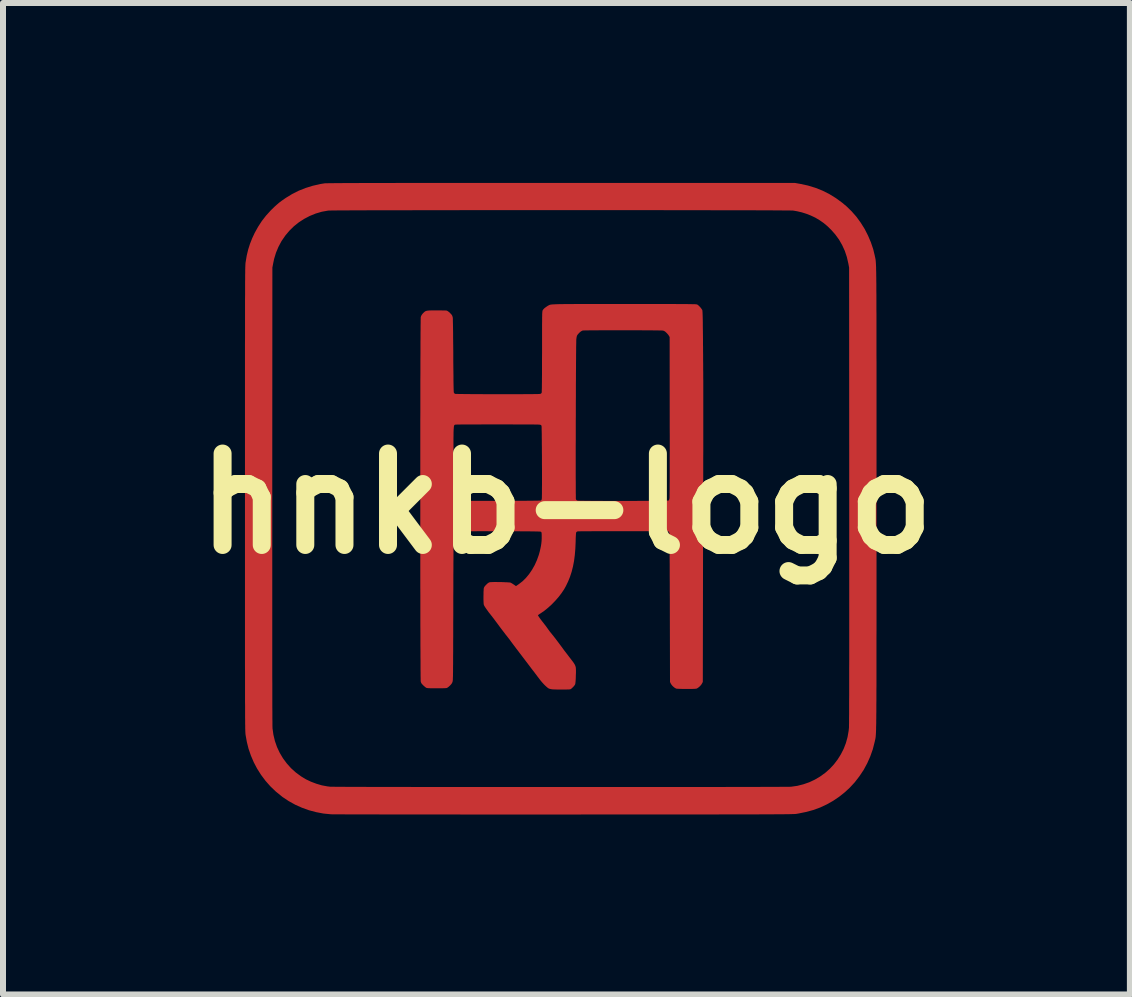
<source format=kicad_pcb>
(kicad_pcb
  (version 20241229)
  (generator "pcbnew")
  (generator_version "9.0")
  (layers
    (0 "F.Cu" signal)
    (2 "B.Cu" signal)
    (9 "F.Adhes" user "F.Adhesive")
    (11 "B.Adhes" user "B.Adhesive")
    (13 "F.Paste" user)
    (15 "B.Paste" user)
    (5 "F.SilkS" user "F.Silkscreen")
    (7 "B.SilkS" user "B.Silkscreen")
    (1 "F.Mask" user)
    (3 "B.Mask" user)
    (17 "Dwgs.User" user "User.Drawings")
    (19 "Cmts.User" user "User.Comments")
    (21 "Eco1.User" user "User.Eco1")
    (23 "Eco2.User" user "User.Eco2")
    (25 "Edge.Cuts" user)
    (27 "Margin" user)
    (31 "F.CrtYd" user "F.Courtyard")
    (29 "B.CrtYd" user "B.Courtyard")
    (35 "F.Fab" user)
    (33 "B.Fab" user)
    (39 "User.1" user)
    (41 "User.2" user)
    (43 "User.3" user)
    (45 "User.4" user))
  (footprint "hnkb-logo"
    (layer "F.Cu")
    (at 6.394 5.346)
    (property "Reference" "hnkb-logo" (at 0 0 0) (layer "F.SilkS") (effects (font (size 1.524 1.524) (thickness 0.3))))
    (attr board_only exclude_from_pos_files exclude_from_bom)
    (fp_poly (pts (xy 3.895 -5.331) (xy 4.025 -5.303) (xy 4.149 -5.265) (xy 4.268 -5.218) (xy 4.383 -5.16) (xy 4.492 -5.093) (xy 4.597 -5.016) (xy 4.669 -4.956) (xy 4.754 -4.873) (xy 4.834 -4.782) (xy 4.906 -4.683) (xy 4.971 -4.579) (xy 5.027 -4.469) (xy 5.075 -4.356) (xy 5.114 -4.241) (xy 5.141 -4.129) (xy 5.142 -4.121) (xy 5.144 -4.113) (xy 5.146 -4.106) (xy 5.147 -4.099) (xy 5.149 -4.092) (xy 5.15 -4.085) (xy 5.151 -4.078) (xy 5.153 -4.07) (xy 5.154 -4.061) (xy 5.155 -4.052) (xy 5.156 -4.04) (xy 5.157 -4.028) (xy 5.158 -4.013) (xy 5.159 -3.996) (xy 5.16 -3.977) (xy 5.161 -3.956) (xy 5.162 -3.932) (xy 5.162 -3.904) (xy 5.163 -3.873) (xy 5.164 -3.839) (xy 5.164 -3.801) (xy 5.165 -3.759) (xy 5.165 -3.713) (xy 5.166 -3.662) (xy 5.166 -3.607) (xy 5.166 -3.546) (xy 5.167 -3.48) (xy 5.167 -3.409) (xy 5.167 -3.332) (xy 5.167 -3.25) (xy 5.168 -3.16) (xy 5.168 -3.065) (xy 5.168 -2.963) (xy 5.168 -2.854) (xy 5.168 -2.737) (xy 5.168 -2.614) (xy 5.168 -2.482) (xy 5.169 -2.343) (xy 5.169 -2.196) (xy 5.169 -2.04) (xy 5.169 -1.876) (xy 5.169 -1.702) (xy 5.169 -1.52) (xy 5.169 -1.328) (xy 5.169 -1.127) (xy 5.169 -0.916) (xy 5.169 -0.695) (xy 5.169 -0.463) (xy 5.169 -0.221) (xy 5.169 -0.086) (xy 5.169 0.163) (xy 5.169 0.4) (xy 5.169 0.627) (xy 5.169 0.844) (xy 5.169 1.051) (xy 5.169 1.249) (xy 5.169 1.436) (xy 5.169 1.615) (xy 5.169 1.784) (xy 5.169 1.945) (xy 5.169 2.097) (xy 5.168 2.241) (xy 5.168 2.377) (xy 5.168 2.505) (xy 5.168 2.626) (xy 5.168 2.739) (xy 5.168 2.845) (xy 5.168 2.945) (xy 5.168 3.038) (xy 5.167 3.124) (xy 5.167 3.205) (xy 5.167 3.279) (xy 5.166 3.348) (xy 5.166 3.412) (xy 5.166 3.47) (xy 5.165 3.524) (xy 5.165 3.573) (xy 5.164 3.617) (xy 5.164 3.657) (xy 5.163 3.694) (xy 5.162 3.727) (xy 5.162 3.756) (xy 5.161 3.782) (xy 5.16 3.805) (xy 5.159 3.826) (xy 5.158 3.844) (xy 5.157 3.86) (xy 5.156 3.874) (xy 5.155 3.886) (xy 5.154 3.896) (xy 5.152 3.906) (xy 5.151 3.914) (xy 5.15 3.922) (xy 5.148 3.929) (xy 5.147 3.936) (xy 5.145 3.942) (xy 5.143 3.949) (xy 5.142 3.957) (xy 5.14 3.965) (xy 5.138 3.973) (xy 5.107 4.095) (xy 5.065 4.214) (xy 5.014 4.329) (xy 4.954 4.44) (xy 4.884 4.545) (xy 4.807 4.645) (xy 4.722 4.737) (xy 4.643 4.81) (xy 4.545 4.888) (xy 4.444 4.956) (xy 4.339 5.015) (xy 4.23 5.066) (xy 4.115 5.108) (xy 3.993 5.141) (xy 3.865 5.167) (xy 3.834 5.172) (xy 3.83 5.173) (xy 3.825 5.173) (xy 3.818 5.174) (xy 3.811 5.175) (xy 3.802 5.175) (xy 3.792 5.176) (xy 3.779 5.176) (xy 3.765 5.176) (xy 3.748 5.177) (xy 3.728 5.177) (xy 3.705 5.178) (xy 3.68 5.178) (xy 3.651 5.178) (xy 3.618 5.179) (xy 3.581 5.179) (xy 3.54 5.179) (xy 3.495 5.179) (xy 3.445 5.18) (xy 3.391 5.18) (xy 3.331 5.18) (xy 3.266 5.18) (xy 3.196 5.181) (xy 3.119 5.181) (xy 3.037 5.181) (xy 2.948 5.181) (xy 2.853 5.181) (xy 2.751 5.181) (xy 2.642 5.181) (xy 2.525 5.182) (xy 2.401 5.182) (xy 2.27 5.182) (xy 2.13 5.182) (xy 1.982 5.182) (xy 1.826 5.182) (xy 1.661 5.182) (xy 1.487 5.182) (xy 1.304 5.182) (xy 1.111 5.182) (xy 0.909 5.182) (xy 0.696 5.182) (xy 0.474 5.182) (xy 0.241 5.183) (xy -0.002 5.183) (xy -0.044 5.183) (xy -0.248 5.183) (xy -0.45 5.183) (xy -0.649 5.183) (xy -0.845 5.183) (xy -1.038 5.183) (xy -1.227 5.183) (xy -1.412 5.183) (xy -1.592 5.183) (xy -1.769 5.183) (xy -1.94 5.182) (xy -2.107 5.182) (xy -2.268 5.182) (xy -2.423 5.182) (xy -2.572 5.182) (xy -2.716 5.182) (xy -2.852 5.182) (xy -2.982 5.182) (xy -3.105 5.182) (xy -3.221 5.181) (xy -3.329 5.181) (xy -3.429 5.181) (xy -3.52 5.181) (xy -3.604 5.181) (xy -3.678 5.181) (xy -3.744 5.18) (xy -3.8 5.18) (xy -3.846 5.18) (xy -3.883 5.18) (xy -3.909 5.18) (xy -3.925 5.179) (xy -3.93 5.179) (xy -4.052 5.167) (xy -4.173 5.144) (xy -4.293 5.112) (xy -4.41 5.07) (xy -4.522 5.02) (xy -4.63 4.96) (xy -4.731 4.893) (xy -4.745 4.882) (xy -4.845 4.801) (xy -4.936 4.714) (xy -5.018 4.621) (xy -5.092 4.522) (xy -5.159 4.416) (xy -5.213 4.313) (xy -5.261 4.201) (xy -5.3 4.088) (xy -5.329 3.972) (xy -5.349 3.86) (xy -5.35 3.855) (xy -5.35 3.85) (xy -5.351 3.844) (xy -5.352 3.838) (xy -5.352 3.832) (xy -5.353 3.824) (xy -5.353 3.815) (xy -5.354 3.804) (xy -5.354 3.792) (xy -5.355 3.778) (xy -5.355 3.762) (xy -5.356 3.743) (xy -5.356 3.722) (xy -5.356 3.697) (xy -5.357 3.67) (xy -5.357 3.639) (xy -5.357 3.604) (xy -5.358 3.566) (xy -5.358 3.523) (xy -5.358 3.476) (xy -5.358 3.424) (xy -5.358 3.368) (xy -5.359 3.306) (xy -5.359 3.239) (xy -5.359 3.166) (xy -5.359 3.088) (xy -5.359 3.003) (xy -5.359 2.912) (xy -5.359 2.815) (xy -5.36 2.711) (xy -5.36 2.599) (xy -5.36 2.481) (xy -5.36 2.355) (xy -5.36 2.221) (xy -5.36 2.079) (xy -5.36 1.929) (xy -5.36 1.77) (xy -5.36 1.602) (xy -5.36 1.426) (xy -5.36 1.352) (xy -4.905 1.352) (xy -4.905 1.562) (xy -4.905 1.761) (xy -4.905 1.951) (xy -4.905 2.13) (xy -4.905 2.299) (xy -4.905 2.459) (xy -4.905 2.608) (xy -4.905 2.748) (xy -4.905 2.879) (xy -4.904 2.999) (xy -4.904 3.111) (xy -4.904 3.213) (xy -4.904 3.305) (xy -4.904 3.389) (xy -4.903 3.463) (xy -4.903 3.529) (xy -4.903 3.586) (xy -4.902 3.634) (xy -4.902 3.673) (xy -4.902 3.704) (xy -4.901 3.726) (xy -4.901 3.74) (xy -4.901 3.744) (xy -4.886 3.852) (xy -4.861 3.957) (xy -4.826 4.058) (xy -4.781 4.154) (xy -4.727 4.245) (xy -4.664 4.33) (xy -4.593 4.41) (xy -4.513 4.482) (xy -4.425 4.547) (xy -4.346 4.595) (xy -4.26 4.636) (xy -4.17 4.67) (xy -4.078 4.697) (xy -3.987 4.714) (xy -3.945 4.719) (xy -3.936 4.72) (xy -3.917 4.72) (xy -3.887 4.72) (xy -3.847 4.721) (xy -3.798 4.721) (xy -3.74 4.721) (xy -3.673 4.722) (xy -3.597 4.722) (xy -3.513 4.722) (xy -3.421 4.722) (xy -3.321 4.723) (xy -3.215 4.723) (xy -3.101 4.723) (xy -2.982 4.723) (xy -2.855 4.723) (xy -2.724 4.723) (xy -2.586 4.724) (xy -2.444 4.724) (xy -2.297 4.724) (xy -2.145 4.724) (xy -1.989 4.724) (xy -1.829 4.724) (xy -1.666 4.724) (xy -1.5 4.725) (xy -1.332 4.725) (xy -1.16 4.725) (xy -0.987 4.725) (xy -0.812 4.725) (xy -0.636 4.725) (xy -0.458 4.725) (xy -0.28 4.725) (xy -0.102 4.725) (xy 0.076 4.725) (xy 0.255 4.725) (xy 0.432 4.725) (xy 0.608 4.725) (xy 0.783 4.725) (xy 0.957 4.725) (xy 1.128 4.725) (xy 1.297 4.725) (xy 1.463 4.725) (xy 1.626 4.725) (xy 1.785 4.724) (xy 1.941 4.724) (xy 2.093 4.724) (xy 2.24 4.724) (xy 2.383 4.724) (xy 2.52 4.724) (xy 2.652 4.724) (xy 2.779 4.723) (xy 2.899 4.723) (xy 3.012 4.723) (xy 3.119 4.723) (xy 3.218 4.723) (xy 3.31 4.722) (xy 3.394 4.722) (xy 3.47 4.722) (xy 3.538 4.722) (xy 3.596 4.721) (xy 3.646 4.721) (xy 3.685 4.721) (xy 3.715 4.721) (xy 3.735 4.72) (xy 3.744 4.72) (xy 3.744 4.72) (xy 3.849 4.705) (xy 3.951 4.679) (xy 4.049 4.645) (xy 4.142 4.601) (xy 4.23 4.549) (xy 4.313 4.489) (xy 4.389 4.422) (xy 4.458 4.348) (xy 4.52 4.267) (xy 4.574 4.181) (xy 4.621 4.089) (xy 4.658 3.993) (xy 4.686 3.892) (xy 4.704 3.788) (xy 4.709 3.741) (xy 4.71 3.732) (xy 4.71 3.715) (xy 4.71 3.691) (xy 4.711 3.659) (xy 4.711 3.618) (xy 4.711 3.57) (xy 4.712 3.514) (xy 4.712 3.449) (xy 4.712 3.376) (xy 4.712 3.295) (xy 4.713 3.205) (xy 4.713 3.106) (xy 4.713 2.998) (xy 4.713 2.881) (xy 4.713 2.755) (xy 4.714 2.62) (xy 4.714 2.475) (xy 4.714 2.321) (xy 4.714 2.158) (xy 4.714 1.984) (xy 4.714 1.801) (xy 4.714 1.608) (xy 4.714 1.405) (xy 4.714 1.192) (xy 4.714 0.968) (xy 4.714 0.734) (xy 4.714 0.49) (xy 4.714 0.234) (xy 4.714 -0.032) (xy 4.714 -0.134) (xy 4.712 -3.935) (xy 4.699 -4.004) (xy 4.674 -4.112) (xy 4.64 -4.214) (xy 4.596 -4.31) (xy 4.544 -4.401) (xy 4.482 -4.486) (xy 4.417 -4.56) (xy 4.354 -4.622) (xy 4.29 -4.676) (xy 4.223 -4.723) (xy 4.151 -4.766) (xy 4.139 -4.772) (xy 4.073 -4.803) (xy 3.999 -4.832) (xy 3.922 -4.856) (xy 3.845 -4.874) (xy 3.782 -4.885) (xy 3.773 -4.886) (xy 3.753 -4.886) (xy 3.723 -4.887) (xy 3.683 -4.887) (xy 3.633 -4.887) (xy 3.575 -4.888) (xy 3.507 -4.888) (xy 3.431 -4.889) (xy 3.346 -4.889) (xy 3.254 -4.889) (xy 3.154 -4.89) (xy 3.047 -4.89) (xy 2.933 -4.89) (xy 2.813 -4.891) (xy 2.686 -4.891) (xy 2.554 -4.891) (xy 2.416 -4.891) (xy 2.273 -4.892) (xy 2.125 -4.892) (xy 1.973 -4.892) (xy 1.816 -4.892) (xy 1.656 -4.892) (xy 1.492 -4.893) (xy 1.326 -4.893) (xy 1.156 -4.893) (xy 0.984 -4.893) (xy 0.81 -4.893) (xy 0.635 -4.893) (xy 0.457 -4.893) (xy 0.279 -4.893) (xy 0.1 -4.893) (xy -0.079 -4.893) (xy -0.258 -4.893) (xy -0.437 -4.893) (xy -0.616 -4.893) (xy -0.793 -4.893) (xy -0.969 -4.893) (xy -1.143 -4.893) (xy -1.316 -4.893) (xy -1.486 -4.893) (xy -1.653 -4.893) (xy -1.817 -4.892) (xy -1.978 -4.892) (xy -2.135 -4.892) (xy -2.288 -4.892) (xy -2.437 -4.892) (xy -2.581 -4.891) (xy -2.72 -4.891) (xy -2.853 -4.891) (xy -2.981 -4.891) (xy -3.102 -4.89) (xy -3.218 -4.89) (xy -3.326 -4.89) (xy -3.427 -4.889) (xy -3.521 -4.889) (xy -3.607 -4.889) (xy -3.685 -4.888) (xy -3.754 -4.888) (xy -3.815 -4.888) (xy -3.866 -4.887) (xy -3.908 -4.887) (xy -3.94 -4.886) (xy -3.961 -4.886) (xy -3.973 -4.885) (xy -3.974 -4.885) (xy -4.079 -4.866) (xy -4.181 -4.836) (xy -4.279 -4.796) (xy -4.373 -4.747) (xy -4.461 -4.69) (xy -4.544 -4.624) (xy -4.62 -4.549) (xy -4.688 -4.468) (xy -4.749 -4.379) (xy -4.756 -4.367) (xy -4.803 -4.278) (xy -4.843 -4.182) (xy -4.874 -4.08) (xy -4.89 -4.004) (xy -4.903 -3.935) (xy -4.905 -0.129) (xy -4.905 0.145) (xy -4.905 0.408) (xy -4.905 0.66) (xy -4.905 0.901) (xy -4.905 1.132) (xy -4.905 1.352) (xy -5.36 1.352) (xy -5.36 1.24) (xy -5.36 1.045) (xy -5.36 0.84) (xy -5.36 0.625) (xy -5.36 0.4) (xy -5.36 0.165) (xy -5.36 -0.082) (xy -5.36 -0.086) (xy -5.36 -0.333) (xy -5.36 -0.568) (xy -5.36 -0.794) (xy -5.36 -1.009) (xy -5.36 -1.214) (xy -5.36 -1.41) (xy -5.36 -1.596) (xy -5.36 -1.772) (xy -5.36 -1.94) (xy -5.36 -2.099) (xy -5.36 -2.249) (xy -5.36 -2.392) (xy -5.36 -2.526) (xy -5.36 -2.652) (xy -5.359 -2.771) (xy -5.359 -2.882) (xy -5.359 -2.987) (xy -5.359 -3.084) (xy -5.359 -3.175) (xy -5.359 -3.26) (xy -5.359 -3.339) (xy -5.359 -3.411) (xy -5.358 -3.478) (xy -5.358 -3.54) (xy -5.358 -3.597) (xy -5.358 -3.649) (xy -5.358 -3.696) (xy -5.357 -3.738) (xy -5.357 -3.777) (xy -5.357 -3.811) (xy -5.356 -3.842) (xy -5.356 -3.87) (xy -5.356 -3.894) (xy -5.355 -3.915) (xy -5.355 -3.934) (xy -5.354 -3.95) (xy -5.354 -3.964) (xy -5.353 -3.976) (xy -5.353 -3.986) (xy -5.352 -3.995) (xy -5.352 -4.003) (xy -5.351 -4.009) (xy -5.351 -4.015) (xy -5.35 -4.02) (xy -5.349 -4.025) (xy -5.349 -4.025) (xy -5.331 -4.133) (xy -5.307 -4.234) (xy -5.277 -4.329) (xy -5.24 -4.423) (xy -5.197 -4.515) (xy -5.14 -4.617) (xy -5.079 -4.711) (xy -5.01 -4.8) (xy -4.932 -4.886) (xy -4.914 -4.904) (xy -4.87 -4.947) (xy -4.829 -4.984) (xy -4.789 -5.018) (xy -4.745 -5.051) (xy -4.696 -5.085) (xy -4.677 -5.098) (xy -4.572 -5.162) (xy -4.463 -5.217) (xy -4.349 -5.262) (xy -4.23 -5.299) (xy -4.104 -5.328) (xy -4.036 -5.339) (xy -4.032 -5.34) (xy -4.023 -5.34) (xy -4.012 -5.341) (xy -3.996 -5.341) (xy -3.976 -5.341) (xy -3.952 -5.342) (xy -3.923 -5.342) (xy -3.89 -5.342) (xy -3.851 -5.343) (xy -3.808 -5.343) (xy -3.759 -5.343) (xy -3.704 -5.344) (xy -3.644 -5.344) (xy -3.578 -5.344) (xy -3.505 -5.344) (xy -3.426 -5.345) (xy -3.341 -5.345) (xy -3.248 -5.345) (xy -3.149 -5.345) (xy -3.042 -5.345) (xy -2.928 -5.345) (xy -2.806 -5.346) (xy -2.676 -5.346) (xy -2.538 -5.346) (xy -2.392 -5.346) (xy -2.237 -5.346) (xy -2.074 -5.346) (xy -1.901 -5.346) (xy -1.719 -5.346) (xy -1.528 -5.346) (xy -1.328 -5.346) (xy -1.117 -5.346) (xy -0.897 -5.346) (xy -0.666 -5.346) (xy -0.425 -5.346) (xy -0.173 -5.346) (xy 3.809 -5.346)) (stroke (width 0) (type solid)) (fill yes) (layer "F.Cu"))
    (fp_poly (pts (xy 0.871 -3.328) (xy 0.974 -3.328) (xy 1.108 -3.328) (xy 1.233 -3.328) (xy 1.347 -3.328) (xy 1.452 -3.328) (xy 1.547 -3.328) (xy 1.634 -3.328) (xy 1.712 -3.328) (xy 1.783 -3.328) (xy 1.846 -3.327) (xy 1.902 -3.327) (xy 1.951 -3.327) (xy 1.994 -3.327) (xy 2.031 -3.326) (xy 2.063 -3.326) (xy 2.09 -3.325) (xy 2.112 -3.325) (xy 2.13 -3.324) (xy 2.145 -3.324) (xy 2.156 -3.323) (xy 2.165 -3.322) (xy 2.171 -3.321) (xy 2.176 -3.321) (xy 2.179 -3.32) (xy 2.18 -3.319) (xy 2.196 -3.308) (xy 2.215 -3.29) (xy 2.234 -3.27) (xy 2.25 -3.249) (xy 2.262 -3.231) (xy 2.265 -3.224) (xy 2.266 -3.218) (xy 2.267 -3.207) (xy 2.268 -3.192) (xy 2.269 -3.171) (xy 2.27 -3.144) (xy 2.271 -3.11) (xy 2.272 -3.069) (xy 2.273 -3.02) (xy 2.273 -2.963) (xy 2.274 -2.897) (xy 2.275 -2.822) (xy 2.276 -2.738) (xy 2.276 -2.643) (xy 2.277 -2.614) (xy 2.277 -2.552) (xy 2.278 -2.493) (xy 2.278 -2.437) (xy 2.278 -2.383) (xy 2.279 -2.332) (xy 2.279 -2.283) (xy 2.279 -2.235) (xy 2.28 -2.188) (xy 2.28 -2.142) (xy 2.28 -2.096) (xy 2.281 -2.049) (xy 2.281 -2.003) (xy 2.281 -1.955) (xy 2.281 -1.907) (xy 2.281 -1.856) (xy 2.281 -1.804) (xy 2.281 -1.749) (xy 2.281 -1.692) (xy 2.281 -1.631) (xy 2.281 -1.567) (xy 2.281 -1.498) (xy 2.281 -1.426) (xy 2.281 -1.348) (xy 2.281 -1.266) (xy 2.281 -1.178) (xy 2.281 -1.084) (xy 2.281 -0.984) (xy 2.281 -0.877) (xy 2.28 -0.764) (xy 2.28 -0.643) (xy 2.28 -0.514) (xy 2.28 -0.376) (xy 2.279 -0.231) (xy 2.279 -0.076) (xy 2.279 0.088) (xy 2.278 0.262) (xy 2.278 0.445) (xy 2.278 0.64) (xy 2.277 0.67) (xy 2.273 2.973) (xy 2.26 2.998) (xy 2.247 3.019) (xy 2.228 3.041) (xy 2.207 3.06) (xy 2.185 3.076) (xy 2.167 3.085) (xy 2.155 3.086) (xy 2.134 3.088) (xy 2.105 3.089) (xy 2.071 3.09) (xy 2.034 3.09) (xy 1.995 3.09) (xy 1.956 3.09) (xy 1.919 3.089) (xy 1.886 3.088) (xy 1.859 3.087) (xy 1.839 3.086) (xy 1.83 3.084) (xy 1.811 3.075) (xy 1.79 3.06) (xy 1.768 3.04) (xy 1.75 3.018) (xy 1.737 2.997) (xy 1.726 2.973) (xy 1.723 1.734) (xy 1.723 1.588) (xy 1.722 1.452) (xy 1.722 1.327) (xy 1.721 1.212) (xy 1.721 1.107) (xy 1.721 1.011) (xy 1.72 0.924) (xy 1.72 0.846) (xy 1.719 0.776) (xy 1.719 0.715) (xy 1.718 0.661) (xy 1.718 0.615) (xy 1.717 0.577) (xy 1.717 0.545) (xy 1.716 0.52) (xy 1.716 0.501) (xy 1.715 0.489) (xy 1.714 0.482) (xy 1.714 0.481) (xy 1.706 0.469) (xy 1.698 0.463) (xy 1.692 0.462) (xy 1.675 0.462) (xy 1.649 0.462) (xy 1.614 0.461) (xy 1.571 0.461) (xy 1.522 0.461) (xy 1.465 0.46) (xy 1.404 0.46) (xy 1.337 0.46) (xy 1.267 0.46) (xy 1.193 0.46) (xy 1.117 0.46) (xy 1.039 0.46) (xy 0.96 0.46) (xy 0.881 0.46) (xy 0.803 0.46) (xy 0.726 0.46) (xy 0.651 0.46) (xy 0.579 0.46) (xy 0.511 0.46) (xy 0.447 0.46) (xy 0.388 0.461) (xy 0.335 0.461) (xy 0.289 0.461) (xy 0.251 0.461) (xy 0.22 0.462) (xy 0.199 0.462) (xy 0.188 0.463) (xy 0.186 0.463) (xy 0.172 0.469) (xy 0.163 0.478) (xy 0.16 0.488) (xy 0.158 0.508) (xy 0.156 0.538) (xy 0.154 0.579) (xy 0.153 0.628) (xy 0.153 0.632) (xy 0.148 0.749) (xy 0.139 0.857) (xy 0.126 0.957) (xy 0.108 1.05) (xy 0.086 1.137) (xy 0.059 1.22) (xy 0.027 1.299) (xy -0.01 1.376) (xy -0.041 1.431) (xy -0.082 1.492) (xy -0.131 1.556) (xy -0.186 1.619) (xy -0.246 1.681) (xy -0.309 1.738) (xy -0.372 1.789) (xy -0.435 1.832) (xy -0.437 1.833) (xy -0.454 1.844) (xy -0.468 1.854) (xy -0.475 1.861) (xy -0.476 1.862) (xy -0.472 1.869) (xy -0.463 1.883) (xy -0.449 1.904) (xy -0.431 1.929) (xy -0.409 1.958) (xy -0.385 1.988) (xy -0.382 1.992) (xy -0.363 2.017) (xy -0.343 2.042) (xy -0.327 2.065) (xy -0.316 2.08) (xy -0.302 2.1) (xy -0.284 2.125) (xy -0.265 2.149) (xy -0.26 2.155) (xy -0.218 2.207) (xy -0.173 2.265) (xy -0.127 2.326) (xy -0.081 2.388) (xy -0.079 2.391) (xy -0.059 2.418) (xy -0.035 2.451) (xy -0.007 2.487) (xy 0.022 2.525) (xy 0.05 2.562) (xy 0.059 2.573) (xy 0.087 2.61) (xy 0.11 2.64) (xy 0.127 2.665) (xy 0.14 2.687) (xy 0.149 2.708) (xy 0.155 2.73) (xy 0.157 2.754) (xy 0.158 2.783) (xy 0.158 2.819) (xy 0.156 2.863) (xy 0.156 2.868) (xy 0.155 2.911) (xy 0.153 2.945) (xy 0.151 2.97) (xy 0.149 2.989) (xy 0.147 3.003) (xy 0.144 3.013) (xy 0.143 3.016) (xy 0.132 3.033) (xy 0.116 3.052) (xy 0.097 3.071) (xy 0.079 3.087) (xy 0.063 3.096) (xy 0.063 3.096) (xy 0.053 3.097) (xy 0.034 3.099) (xy 0.008 3.099) (xy -0.024 3.1) (xy -0.059 3.1) (xy -0.096 3.1) (xy -0.133 3.1) (xy -0.168 3.099) (xy -0.199 3.098) (xy -0.225 3.097) (xy -0.239 3.096) (xy -0.262 3.092) (xy -0.283 3.087) (xy -0.298 3.081) (xy -0.314 3.07) (xy -0.335 3.052) (xy -0.36 3.029) (xy -0.386 3.002) (xy -0.412 2.973) (xy -0.436 2.944) (xy -0.457 2.916) (xy -0.457 2.916) (xy -0.479 2.888) (xy -0.503 2.855) (xy -0.527 2.824) (xy -0.54 2.806) (xy -0.56 2.781) (xy -0.583 2.751) (xy -0.607 2.719) (xy -0.63 2.689) (xy -0.635 2.682) (xy -0.656 2.654) (xy -0.677 2.627) (xy -0.698 2.599) (xy -0.721 2.569) (xy -0.746 2.536) (xy -0.775 2.498) (xy -0.809 2.453) (xy -0.836 2.418) (xy -0.858 2.388) (xy -0.881 2.358) (xy -0.902 2.33) (xy -0.919 2.307) (xy -0.93 2.292) (xy -0.948 2.267) (xy -0.97 2.239) (xy -0.99 2.213) (xy -0.993 2.209) (xy -1.015 2.182) (xy -1.042 2.146) (xy -1.076 2.102) (xy -1.115 2.05) (xy -1.16 1.989) (xy -1.173 1.972) (xy -1.193 1.945) (xy -1.213 1.918) (xy -1.231 1.895) (xy -1.245 1.876) (xy -1.248 1.873) (xy -1.272 1.842) (xy -1.297 1.811) (xy -1.319 1.78) (xy -1.34 1.751) (xy -1.356 1.727) (xy -1.368 1.708) (xy -1.373 1.698) (xy -1.377 1.69) (xy -1.379 1.68) (xy -1.381 1.667) (xy -1.382 1.649) (xy -1.383 1.625) (xy -1.384 1.594) (xy -1.384 1.554) (xy -1.383 1.514) (xy -1.383 1.477) (xy -1.381 1.446) (xy -1.38 1.423) (xy -1.378 1.409) (xy -1.378 1.408) (xy -1.372 1.394) (xy -1.363 1.379) (xy -1.347 1.361) (xy -1.335 1.349) (xy -1.316 1.331) (xy -1.301 1.32) (xy -1.289 1.314) (xy -1.276 1.31) (xy -1.274 1.31) (xy -1.258 1.309) (xy -1.235 1.308) (xy -1.205 1.307) (xy -1.17 1.307) (xy -1.133 1.308) (xy -1.094 1.308) (xy -1.056 1.309) (xy -1.019 1.311) (xy -0.987 1.312) (xy -0.961 1.314) (xy -0.942 1.315) (xy -0.933 1.317) (xy -0.92 1.324) (xy -0.902 1.334) (xy -0.883 1.347) (xy -0.879 1.349) (xy -0.842 1.375) (xy -0.794 1.342) (xy -0.734 1.296) (xy -0.676 1.239) (xy -0.623 1.175) (xy -0.574 1.103) (xy -0.53 1.025) (xy -0.493 0.943) (xy -0.462 0.857) (xy -0.446 0.8) (xy -0.434 0.748) (xy -0.425 0.704) (xy -0.419 0.663) (xy -0.415 0.625) (xy -0.413 0.584) (xy -0.413 0.557) (xy -0.413 0.526) (xy -0.414 0.504) (xy -0.415 0.489) (xy -0.417 0.48) (xy -0.421 0.474) (xy -0.423 0.472) (xy -0.425 0.471) (xy -0.427 0.469) (xy -0.432 0.468) (xy -0.438 0.467) (xy -0.448 0.466) (xy -0.46 0.465) (xy -0.477 0.465) (xy -0.498 0.464) (xy -0.524 0.464) (xy -0.555 0.463) (xy -0.592 0.463) (xy -0.636 0.462) (xy -0.688 0.462) (xy -0.747 0.462) (xy -0.814 0.461) (xy -0.891 0.461) (xy -0.977 0.461) (xy -1.072 0.461) (xy -1.137 0.461) (xy -1.252 0.461) (xy -1.357 0.46) (xy -1.453 0.46) (xy -1.539 0.461) (xy -1.615 0.461) (xy -1.68 0.461) (xy -1.736 0.462) (xy -1.781 0.462) (xy -1.816 0.463) (xy -1.84 0.463) (xy -1.854 0.464) (xy -1.856 0.465) (xy -1.869 0.474) (xy -1.877 0.485) (xy -1.878 0.489) (xy -1.879 0.498) (xy -1.88 0.511) (xy -1.88 0.53) (xy -1.881 0.555) (xy -1.882 0.585) (xy -1.882 0.622) (xy -1.883 0.665) (xy -1.883 0.716) (xy -1.884 0.774) (xy -1.884 0.839) (xy -1.884 0.913) (xy -1.885 0.995) (xy -1.885 1.086) (xy -1.886 1.186) (xy -1.886 1.295) (xy -1.886 1.414) (xy -1.887 1.543) (xy -1.887 1.683) (xy -1.887 1.72) (xy -1.887 1.857) (xy -1.888 1.984) (xy -1.888 2.1) (xy -1.888 2.207) (xy -1.889 2.305) (xy -1.889 2.394) (xy -1.889 2.474) (xy -1.89 2.547) (xy -1.89 2.612) (xy -1.89 2.669) (xy -1.891 2.721) (xy -1.891 2.765) (xy -1.891 2.805) (xy -1.892 2.838) (xy -1.892 2.867) (xy -1.893 2.891) (xy -1.894 2.911) (xy -1.894 2.927) (xy -1.895 2.94) (xy -1.896 2.951) (xy -1.897 2.958) (xy -1.898 2.964) (xy -1.899 2.969) (xy -1.899 2.969) (xy -1.906 2.987) (xy -1.916 3.004) (xy -1.932 3.023) (xy -1.942 3.033) (xy -1.965 3.054) (xy -1.984 3.068) (xy -1.996 3.074) (xy -2.008 3.076) (xy -2.028 3.077) (xy -2.056 3.078) (xy -2.089 3.079) (xy -2.126 3.079) (xy -2.165 3.079) (xy -2.203 3.079) (xy -2.24 3.079) (xy -2.273 3.078) (xy -2.3 3.077) (xy -2.32 3.075) (xy -2.33 3.074) (xy -2.344 3.067) (xy -2.363 3.052) (xy -2.385 3.032) (xy -2.386 3.032) (xy -2.404 3.013) (xy -2.416 2.999) (xy -2.423 2.986) (xy -2.428 2.971) (xy -2.43 2.965) (xy -2.43 2.957) (xy -2.431 2.939) (xy -2.431 2.91) (xy -2.432 2.872) (xy -2.432 2.824) (xy -2.433 2.767) (xy -2.433 2.702) (xy -2.433 2.628) (xy -2.434 2.547) (xy -2.434 2.458) (xy -2.435 2.362) (xy -2.435 2.259) (xy -2.435 2.15) (xy -2.436 2.035) (xy -2.436 1.914) (xy -2.436 1.788) (xy -2.436 1.657) (xy -2.436 1.522) (xy -2.437 1.383) (xy -2.437 1.24) (xy -2.437 1.094) (xy -2.437 0.946) (xy -2.437 0.794) (xy -2.437 0.641) (xy -2.437 0.485) (xy -2.437 0.329) (xy -2.437 0.171) (xy -2.437 0.013) (xy -2.437 -0.146) (xy -2.437 -0.304) (xy -2.437 -0.462) (xy -2.437 -0.497) (xy -1.884 -0.497) (xy -1.884 -0.421) (xy -1.884 -0.355) (xy -1.884 -0.297) (xy -1.884 -0.247) (xy -1.883 -0.204) (xy -1.882 -0.168) (xy -1.881 -0.138) (xy -1.88 -0.114) (xy -1.879 -0.095) (xy -1.877 -0.08) (xy -1.875 -0.069) (xy -1.873 -0.061) (xy -1.87 -0.056) (xy -1.866 -0.053) (xy -1.863 -0.051) (xy -1.858 -0.05) (xy -1.853 -0.049) (xy -1.851 -0.048) (xy -1.843 -0.048) (xy -1.825 -0.047) (xy -1.798 -0.047) (xy -1.762 -0.047) (xy -1.719 -0.046) (xy -1.669 -0.046) (xy -1.613 -0.046) (xy -1.551 -0.046) (xy -1.485 -0.046) (xy -1.415 -0.046) (xy -1.342 -0.046) (xy -1.267 -0.046) (xy -1.191 -0.046) (xy -1.114 -0.046) (xy -1.038 -0.046) (xy -0.962 -0.046) (xy -0.889 -0.046) (xy -0.818 -0.047) (xy -0.75 -0.047) (xy -0.687 -0.047) (xy -0.628 -0.048) (xy -0.576 -0.048) (xy -0.53 -0.049) (xy -0.491 -0.049) (xy -0.461 -0.05) (xy -0.439 -0.05) (xy -0.427 -0.051) (xy -0.425 -0.051) (xy -0.418 -0.059) (xy -0.412 -0.073) (xy -0.412 -0.076) (xy -0.411 -0.085) (xy -0.41 -0.104) (xy -0.41 -0.132) (xy -0.409 -0.168) (xy -0.409 -0.212) (xy -0.409 -0.262) (xy -0.408 -0.318) (xy -0.408 -0.378) (xy -0.408 -0.443) (xy -0.408 -0.51) (xy -0.408 -0.58) (xy -0.409 -0.651) (xy -0.409 -0.673) (xy 0.154 -0.673) (xy 0.154 -0.586) (xy 0.154 -0.504) (xy 0.154 -0.427) (xy 0.155 -0.356) (xy 0.155 -0.291) (xy 0.155 -0.234) (xy 0.155 -0.185) (xy 0.156 -0.144) (xy 0.156 -0.112) (xy 0.156 -0.089) (xy 0.157 -0.076) (xy 0.157 -0.074) (xy 0.165 -0.06) (xy 0.181 -0.051) (xy 0.189 -0.05) (xy 0.207 -0.049) (xy 0.234 -0.048) (xy 0.27 -0.048) (xy 0.313 -0.047) (xy 0.364 -0.047) (xy 0.421 -0.046) (xy 0.483 -0.046) (xy 0.55 -0.046) (xy 0.621 -0.045) (xy 0.695 -0.045) (xy 0.772 -0.045) (xy 0.85 -0.045) (xy 0.929 -0.045) (xy 1.008 -0.045) (xy 1.087 -0.045) (xy 1.164 -0.045) (xy 1.239 -0.046) (xy 1.312 -0.046) (xy 1.38 -0.046) (xy 1.444 -0.047) (xy 1.503 -0.047) (xy 1.556 -0.048) (xy 1.602 -0.049) (xy 1.641 -0.049) (xy 1.671 -0.05) (xy 1.693 -0.051) (xy 1.704 -0.052) (xy 1.706 -0.052) (xy 1.71 -0.061) (xy 1.715 -0.076) (xy 1.717 -0.088) (xy 1.718 -0.097) (xy 1.718 -0.117) (xy 1.719 -0.147) (xy 1.719 -0.188) (xy 1.72 -0.239) (xy 1.72 -0.3) (xy 1.721 -0.371) (xy 1.721 -0.452) (xy 1.721 -0.543) (xy 1.721 -0.643) (xy 1.721 -0.752) (xy 1.722 -0.871) (xy 1.722 -0.998) (xy 1.722 -1.134) (xy 1.721 -1.279) (xy 1.721 -1.433) (xy 1.721 -1.447) (xy 1.72 -2.776) (xy 1.708 -2.798) (xy 1.698 -2.813) (xy 1.683 -2.831) (xy 1.666 -2.849) (xy 1.663 -2.851) (xy 1.646 -2.867) (xy 1.632 -2.876) (xy 1.619 -2.882) (xy 1.603 -2.885) (xy 1.599 -2.886) (xy 1.588 -2.886) (xy 1.568 -2.887) (xy 1.539 -2.887) (xy 1.501 -2.888) (xy 1.456 -2.888) (xy 1.405 -2.889) (xy 1.347 -2.889) (xy 1.285 -2.889) (xy 1.218 -2.89) (xy 1.149 -2.89) (xy 1.076 -2.89) (xy 1.003 -2.89) (xy 0.928 -2.89) (xy 0.854 -2.89) (xy 0.78 -2.89) (xy 0.708 -2.89) (xy 0.639 -2.89) (xy 0.574 -2.89) (xy 0.512 -2.889) (xy 0.456 -2.889) (xy 0.405 -2.889) (xy 0.362 -2.888) (xy 0.325 -2.888) (xy 0.298 -2.887) (xy 0.279 -2.887) (xy 0.271 -2.886) (xy 0.254 -2.879) (xy 0.233 -2.865) (xy 0.217 -2.851) (xy 0.197 -2.83) (xy 0.183 -2.813) (xy 0.174 -2.796) (xy 0.169 -2.775) (xy 0.165 -2.747) (xy 0.164 -2.745) (xy 0.164 -2.735) (xy 0.163 -2.715) (xy 0.163 -2.685) (xy 0.162 -2.646) (xy 0.161 -2.599) (xy 0.161 -2.544) (xy 0.16 -2.481) (xy 0.16 -2.412) (xy 0.159 -2.336) (xy 0.159 -2.255) (xy 0.158 -2.169) (xy 0.158 -2.079) (xy 0.157 -1.985) (xy 0.157 -1.887) (xy 0.157 -1.787) (xy 0.156 -1.685) (xy 0.156 -1.581) (xy 0.156 -1.476) (xy 0.155 -1.371) (xy 0.155 -1.266) (xy 0.155 -1.162) (xy 0.155 -1.059) (xy 0.154 -0.958) (xy 0.154 -0.86) (xy 0.154 -0.765) (xy 0.154 -0.673) (xy -0.409 -0.673) (xy -0.409 -0.722) (xy -0.409 -0.793) (xy -0.41 -0.863) (xy -0.41 -0.93) (xy -0.411 -0.994) (xy -0.411 -1.055) (xy -0.412 -1.11) (xy -0.412 -1.16) (xy -0.413 -1.204) (xy -0.414 -1.24) (xy -0.414 -1.267) (xy -0.415 -1.286) (xy -0.416 -1.294) (xy -0.416 -1.295) (xy -0.421 -1.306) (xy -0.429 -1.312) (xy -0.444 -1.316) (xy -0.447 -1.316) (xy -0.456 -1.317) (xy -0.476 -1.318) (xy -0.504 -1.318) (xy -0.541 -1.319) (xy -0.585 -1.319) (xy -0.636 -1.319) (xy -0.694 -1.32) (xy -0.756 -1.32) (xy -0.823 -1.32) (xy -0.893 -1.32) (xy -0.966 -1.321) (xy -1.042 -1.321) (xy -1.118 -1.321) (xy -1.194 -1.321) (xy -1.271 -1.321) (xy -1.345 -1.321) (xy -1.418 -1.32) (xy -1.488 -1.32) (xy -1.554 -1.32) (xy -1.615 -1.32) (xy -1.671 -1.319) (xy -1.721 -1.319) (xy -1.764 -1.319) (xy -1.799 -1.318) (xy -1.826 -1.318) (xy -1.843 -1.317) (xy -1.85 -1.317) (xy -1.855 -1.316) (xy -1.86 -1.315) (xy -1.864 -1.313) (xy -1.868 -1.31) (xy -1.871 -1.306) (xy -1.873 -1.299) (xy -1.876 -1.289) (xy -1.878 -1.275) (xy -1.879 -1.257) (xy -1.881 -1.235) (xy -1.882 -1.207) (xy -1.883 -1.173) (xy -1.883 -1.133) (xy -1.884 -1.086) (xy -1.884 -1.031) (xy -1.884 -0.967) (xy -1.884 -0.895) (xy -1.884 -0.813) (xy -1.884 -0.721) (xy -1.884 -0.678) (xy -1.884 -0.582) (xy -1.884 -0.497) (xy -2.437 -0.497) (xy -2.437 -0.618) (xy -2.437 -0.774) (xy -2.437 -0.927) (xy -2.437 -1.079) (xy -2.437 -1.228) (xy -2.437 -1.374) (xy -2.436 -1.517) (xy -2.436 -1.657) (xy -2.436 -1.792) (xy -2.436 -1.923) (xy -2.436 -2.05) (xy -2.435 -2.171) (xy -2.435 -2.286) (xy -2.435 -2.396) (xy -2.434 -2.499) (xy -2.434 -2.596) (xy -2.434 -2.686) (xy -2.433 -2.768) (xy -2.433 -2.842) (xy -2.432 -2.908) (xy -2.432 -2.966) (xy -2.431 -3.014) (xy -2.431 -3.053) (xy -2.43 -3.083) (xy -2.43 -3.102) (xy -2.429 -3.111) (xy -2.429 -3.111) (xy -2.421 -3.133) (xy -2.408 -3.154) (xy -2.394 -3.171) (xy -2.381 -3.184) (xy -2.369 -3.195) (xy -2.358 -3.204) (xy -2.345 -3.21) (xy -2.329 -3.215) (xy -2.309 -3.218) (xy -2.284 -3.22) (xy -2.251 -3.221) (xy -2.211 -3.221) (xy -2.168 -3.221) (xy -2.127 -3.221) (xy -2.089 -3.221) (xy -2.056 -3.22) (xy -2.028 -3.22) (xy -2.008 -3.219) (xy -1.997 -3.218) (xy -1.997 -3.218) (xy -1.984 -3.212) (xy -1.967 -3.2) (xy -1.948 -3.185) (xy -1.931 -3.167) (xy -1.916 -3.151) (xy -1.908 -3.139) (xy -1.902 -3.125) (xy -1.897 -3.107) (xy -1.896 -3.104) (xy -1.895 -3.095) (xy -1.894 -3.076) (xy -1.894 -3.047) (xy -1.893 -3.008) (xy -1.892 -2.961) (xy -1.891 -2.905) (xy -1.89 -2.842) (xy -1.89 -2.771) (xy -1.889 -2.694) (xy -1.888 -2.61) (xy -1.887 -2.521) (xy -1.887 -2.475) (xy -1.887 -2.375) (xy -1.886 -2.282) (xy -1.885 -2.198) (xy -1.884 -2.122) (xy -1.884 -2.055) (xy -1.883 -1.997) (xy -1.882 -1.948) (xy -1.881 -1.908) (xy -1.88 -1.879) (xy -1.879 -1.86) (xy -1.878 -1.852) (xy -1.878 -1.852) (xy -1.867 -1.836) (xy -1.857 -1.83) (xy -1.849 -1.829) (xy -1.831 -1.829) (xy -1.805 -1.828) (xy -1.769 -1.827) (xy -1.726 -1.827) (xy -1.676 -1.826) (xy -1.619 -1.826) (xy -1.558 -1.825) (xy -1.492 -1.825) (xy -1.422 -1.825) (xy -1.349 -1.824) (xy -1.274 -1.824) (xy -1.198 -1.824) (xy -1.121 -1.824) (xy -1.045 -1.824) (xy -0.97 -1.824) (xy -0.896 -1.824) (xy -0.825 -1.824) (xy -0.758 -1.824) (xy -0.695 -1.825) (xy -0.637 -1.825) (xy -0.585 -1.825) (xy -0.54 -1.826) (xy -0.502 -1.826) (xy -0.473 -1.827) (xy -0.453 -1.828) (xy -0.442 -1.828) (xy -0.441 -1.828) (xy -0.424 -1.835) (xy -0.415 -1.846) (xy -0.414 -1.848) (xy -0.413 -1.853) (xy -0.412 -1.865) (xy -0.412 -1.883) (xy -0.411 -1.908) (xy -0.41 -1.941) (xy -0.41 -1.981) (xy -0.409 -2.03) (xy -0.409 -2.087) (xy -0.408 -2.152) (xy -0.408 -2.228) (xy -0.408 -2.313) (xy -0.408 -2.408) (xy -0.407 -2.513) (xy -0.407 -2.533) (xy -0.407 -2.632) (xy -0.407 -2.721) (xy -0.407 -2.801) (xy -0.407 -2.871) (xy -0.407 -2.933) (xy -0.407 -2.987) (xy -0.406 -3.033) (xy -0.406 -3.072) (xy -0.406 -3.106) (xy -0.405 -3.133) (xy -0.405 -3.156) (xy -0.404 -3.174) (xy -0.403 -3.188) (xy -0.402 -3.199) (xy -0.401 -3.208) (xy -0.4 -3.214) (xy -0.399 -3.218) (xy -0.397 -3.222) (xy -0.396 -3.224) (xy -0.384 -3.241) (xy -0.365 -3.26) (xy -0.339 -3.279) (xy -0.311 -3.298) (xy -0.301 -3.303) (xy -0.296 -3.306) (xy -0.291 -3.308) (xy -0.286 -3.311) (xy -0.28 -3.313) (xy -0.274 -3.315) (xy -0.266 -3.317) (xy -0.256 -3.318) (xy -0.244 -3.32) (xy -0.229 -3.321) (xy -0.21 -3.322) (xy -0.189 -3.323) (xy -0.163 -3.324) (xy -0.132 -3.325) (xy -0.097 -3.326) (xy -0.056 -3.326) (xy -0.01 -3.327) (xy 0.043 -3.327) (xy 0.102 -3.327) (xy 0.169 -3.328) (xy 0.243 -3.328) (xy 0.325 -3.328) (xy 0.416 -3.328) (xy 0.515 -3.328) (xy 0.624 -3.328) (xy 0.742 -3.328)) (stroke (width 0) (type solid)) (fill yes) (layer "F.Cu"))
    (fp_poly (pts (xy 3.895 -5.331) (xy 4.025 -5.303) (xy 4.149 -5.265) (xy 4.268 -5.218) (xy 4.383 -5.16) (xy 4.492 -5.093) (xy 4.597 -5.016) (xy 4.669 -4.956) (xy 4.754 -4.873) (xy 4.834 -4.782) (xy 4.906 -4.683) (xy 4.971 -4.579) (xy 5.027 -4.469) (xy 5.075 -4.356) (xy 5.114 -4.241) (xy 5.141 -4.129) (xy 5.142 -4.121) (xy 5.144 -4.113) (xy 5.146 -4.106) (xy 5.147 -4.099) (xy 5.149 -4.092) (xy 5.15 -4.085) (xy 5.151 -4.078) (xy 5.153 -4.07) (xy 5.154 -4.061) (xy 5.155 -4.052) (xy 5.156 -4.04) (xy 5.157 -4.028) (xy 5.158 -4.013) (xy 5.159 -3.996) (xy 5.16 -3.977) (xy 5.161 -3.956) (xy 5.162 -3.932) (xy 5.162 -3.904) (xy 5.163 -3.873) (xy 5.164 -3.839) (xy 5.164 -3.801) (xy 5.165 -3.759) (xy 5.165 -3.713) (xy 5.166 -3.662) (xy 5.166 -3.607) (xy 5.166 -3.546) (xy 5.167 -3.48) (xy 5.167 -3.409) (xy 5.167 -3.332) (xy 5.167 -3.25) (xy 5.168 -3.16) (xy 5.168 -3.065) (xy 5.168 -2.963) (xy 5.168 -2.854) (xy 5.168 -2.737) (xy 5.168 -2.614) (xy 5.168 -2.482) (xy 5.169 -2.343) (xy 5.169 -2.196) (xy 5.169 -2.04) (xy 5.169 -1.876) (xy 5.169 -1.702) (xy 5.169 -1.52) (xy 5.169 -1.328) (xy 5.169 -1.127) (xy 5.169 -0.916) (xy 5.169 -0.695) (xy 5.169 -0.463) (xy 5.169 -0.221) (xy 5.169 -0.086) (xy 5.169 0.163) (xy 5.169 0.4) (xy 5.169 0.627) (xy 5.169 0.844) (xy 5.169 1.051) (xy 5.169 1.249) (xy 5.169 1.436) (xy 5.169 1.615) (xy 5.169 1.784) (xy 5.169 1.945) (xy 5.169 2.097) (xy 5.168 2.241) (xy 5.168 2.377) (xy 5.168 2.505) (xy 5.168 2.626) (xy 5.168 2.739) (xy 5.168 2.845) (xy 5.168 2.945) (xy 5.168 3.038) (xy 5.167 3.124) (xy 5.167 3.205) (xy 5.167 3.279) (xy 5.166 3.348) (xy 5.166 3.412) (xy 5.166 3.47) (xy 5.165 3.524) (xy 5.165 3.573) (xy 5.164 3.617) (xy 5.164 3.657) (xy 5.163 3.694) (xy 5.162 3.727) (xy 5.162 3.756) (xy 5.161 3.782) (xy 5.16 3.805) (xy 5.159 3.826) (xy 5.158 3.844) (xy 5.157 3.86) (xy 5.156 3.874) (xy 5.155 3.886) (xy 5.154 3.896) (xy 5.152 3.906) (xy 5.151 3.914) (xy 5.15 3.922) (xy 5.148 3.929) (xy 5.147 3.936) (xy 5.145 3.942) (xy 5.143 3.949) (xy 5.142 3.957) (xy 5.14 3.965) (xy 5.138 3.973) (xy 5.107 4.095) (xy 5.065 4.214) (xy 5.014 4.329) (xy 4.954 4.44) (xy 4.884 4.545) (xy 4.807 4.645) (xy 4.722 4.737) (xy 4.643 4.81) (xy 4.545 4.888) (xy 4.444 4.956) (xy 4.339 5.015) (xy 4.23 5.066) (xy 4.115 5.108) (xy 3.993 5.141) (xy 3.865 5.167) (xy 3.834 5.172) (xy 3.83 5.173) (xy 3.825 5.173) (xy 3.818 5.174) (xy 3.811 5.175) (xy 3.802 5.175) (xy 3.792 5.176) (xy 3.779 5.176) (xy 3.765 5.176) (xy 3.748 5.177) (xy 3.728 5.177) (xy 3.705 5.178) (xy 3.68 5.178) (xy 3.651 5.178) (xy 3.618 5.179) (xy 3.581 5.179) (xy 3.54 5.179) (xy 3.495 5.179) (xy 3.445 5.18) (xy 3.391 5.18) (xy 3.331 5.18) (xy 3.266 5.18) (xy 3.196 5.181) (xy 3.119 5.181) (xy 3.037 5.181) (xy 2.948 5.181) (xy 2.853 5.181) (xy 2.751 5.181) (xy 2.642 5.181) (xy 2.525 5.182) (xy 2.401 5.182) (xy 2.27 5.182) (xy 2.13 5.182) (xy 1.982 5.182) (xy 1.826 5.182) (xy 1.661 5.182) (xy 1.487 5.182) (xy 1.304 5.182) (xy 1.111 5.182) (xy 0.909 5.182) (xy 0.696 5.182) (xy 0.474 5.182) (xy 0.241 5.183) (xy -0.002 5.183) (xy -0.044 5.183) (xy -0.248 5.183) (xy -0.45 5.183) (xy -0.649 5.183) (xy -0.845 5.183) (xy -1.038 5.183) (xy -1.227 5.183) (xy -1.412 5.183) (xy -1.592 5.183) (xy -1.769 5.183) (xy -1.94 5.182) (xy -2.107 5.182) (xy -2.268 5.182) (xy -2.423 5.182) (xy -2.572 5.182) (xy -2.716 5.182) (xy -2.852 5.182) (xy -2.982 5.182) (xy -3.105 5.182) (xy -3.221 5.181) (xy -3.329 5.181) (xy -3.429 5.181) (xy -3.52 5.181) (xy -3.604 5.181) (xy -3.678 5.181) (xy -3.744 5.18) (xy -3.8 5.18) (xy -3.846 5.18) (xy -3.883 5.18) (xy -3.909 5.18) (xy -3.925 5.179) (xy -3.93 5.179) (xy -4.052 5.167) (xy -4.173 5.144) (xy -4.293 5.112) (xy -4.41 5.07) (xy -4.522 5.02) (xy -4.63 4.96) (xy -4.731 4.893) (xy -4.745 4.882) (xy -4.845 4.801) (xy -4.936 4.714) (xy -5.018 4.621) (xy -5.092 4.522) (xy -5.159 4.416) (xy -5.213 4.313) (xy -5.261 4.201) (xy -5.3 4.088) (xy -5.329 3.972) (xy -5.349 3.86) (xy -5.35 3.855) (xy -5.35 3.85) (xy -5.351 3.844) (xy -5.352 3.838) (xy -5.352 3.832) (xy -5.353 3.824) (xy -5.353 3.815) (xy -5.354 3.804) (xy -5.354 3.792) (xy -5.355 3.778) (xy -5.355 3.762) (xy -5.356 3.743) (xy -5.356 3.722) (xy -5.356 3.697) (xy -5.357 3.67) (xy -5.357 3.639) (xy -5.357 3.604) (xy -5.358 3.566) (xy -5.358 3.523) (xy -5.358 3.476) (xy -5.358 3.424) (xy -5.358 3.368) (xy -5.359 3.306) (xy -5.359 3.239) (xy -5.359 3.166) (xy -5.359 3.088) (xy -5.359 3.003) (xy -5.359 2.912) (xy -5.359 2.815) (xy -5.36 2.711) (xy -5.36 2.599) (xy -5.36 2.481) (xy -5.36 2.355) (xy -5.36 2.221) (xy -5.36 2.079) (xy -5.36 1.929) (xy -5.36 1.77) (xy -5.36 1.602) (xy -5.36 1.426) (xy -5.36 1.352) (xy -4.905 1.352) (xy -4.905 1.562) (xy -4.905 1.761) (xy -4.905 1.951) (xy -4.905 2.13) (xy -4.905 2.299) (xy -4.905 2.459) (xy -4.905 2.608) (xy -4.905 2.748) (xy -4.905 2.879) (xy -4.904 2.999) (xy -4.904 3.111) (xy -4.904 3.213) (xy -4.904 3.305) (xy -4.904 3.389) (xy -4.903 3.463) (xy -4.903 3.529) (xy -4.903 3.586) (xy -4.902 3.634) (xy -4.902 3.673) (xy -4.902 3.704) (xy -4.901 3.726) (xy -4.901 3.74) (xy -4.901 3.744) (xy -4.886 3.852) (xy -4.861 3.957) (xy -4.826 4.058) (xy -4.781 4.154) (xy -4.727 4.245) (xy -4.664 4.33) (xy -4.593 4.41) (xy -4.513 4.482) (xy -4.425 4.547) (xy -4.346 4.595) (xy -4.26 4.636) (xy -4.17 4.67) (xy -4.078 4.697) (xy -3.987 4.714) (xy -3.945 4.719) (xy -3.936 4.72) (xy -3.917 4.72) (xy -3.887 4.72) (xy -3.847 4.721) (xy -3.798 4.721) (xy -3.74 4.721) (xy -3.673 4.722) (xy -3.597 4.722) (xy -3.513 4.722) (xy -3.421 4.722) (xy -3.321 4.723) (xy -3.215 4.723) (xy -3.101 4.723) (xy -2.982 4.723) (xy -2.855 4.723) (xy -2.724 4.723) (xy -2.586 4.724) (xy -2.444 4.724) (xy -2.297 4.724) (xy -2.145 4.724) (xy -1.989 4.724) (xy -1.829 4.724) (xy -1.666 4.724) (xy -1.5 4.725) (xy -1.332 4.725) (xy -1.16 4.725) (xy -0.987 4.725) (xy -0.812 4.725) (xy -0.636 4.725) (xy -0.458 4.725) (xy -0.28 4.725) (xy -0.102 4.725) (xy 0.076 4.725) (xy 0.255 4.725) (xy 0.432 4.725) (xy 0.608 4.725) (xy 0.783 4.725) (xy 0.957 4.725) (xy 1.128 4.725) (xy 1.297 4.725) (xy 1.463 4.725) (xy 1.626 4.725) (xy 1.785 4.724) (xy 1.941 4.724) (xy 2.093 4.724) (xy 2.24 4.724) (xy 2.383 4.724) (xy 2.52 4.724) (xy 2.652 4.724) (xy 2.779 4.723) (xy 2.899 4.723) (xy 3.012 4.723) (xy 3.119 4.723) (xy 3.218 4.723) (xy 3.31 4.722) (xy 3.394 4.722) (xy 3.47 4.722) (xy 3.538 4.722) (xy 3.596 4.721) (xy 3.646 4.721) (xy 3.685 4.721) (xy 3.715 4.721) (xy 3.735 4.72) (xy 3.744 4.72) (xy 3.744 4.72) (xy 3.849 4.705) (xy 3.951 4.679) (xy 4.049 4.645) (xy 4.142 4.601) (xy 4.23 4.549) (xy 4.313 4.489) (xy 4.389 4.422) (xy 4.458 4.348) (xy 4.52 4.267) (xy 4.574 4.181) (xy 4.621 4.089) (xy 4.658 3.993) (xy 4.686 3.892) (xy 4.704 3.788) (xy 4.709 3.741) (xy 4.71 3.732) (xy 4.71 3.715) (xy 4.71 3.691) (xy 4.711 3.659) (xy 4.711 3.618) (xy 4.711 3.57) (xy 4.712 3.514) (xy 4.712 3.449) (xy 4.712 3.376) (xy 4.712 3.295) (xy 4.713 3.205) (xy 4.713 3.106) (xy 4.713 2.998) (xy 4.713 2.881) (xy 4.713 2.755) (xy 4.714 2.62) (xy 4.714 2.475) (xy 4.714 2.321) (xy 4.714 2.158) (xy 4.714 1.984) (xy 4.714 1.801) (xy 4.714 1.608) (xy 4.714 1.405) (xy 4.714 1.192) (xy 4.714 0.968) (xy 4.714 0.734) (xy 4.714 0.49) (xy 4.714 0.234) (xy 4.714 -0.032) (xy 4.714 -0.134) (xy 4.712 -3.935) (xy 4.699 -4.004) (xy 4.674 -4.112) (xy 4.64 -4.214) (xy 4.596 -4.31) (xy 4.544 -4.401) (xy 4.482 -4.486) (xy 4.417 -4.56) (xy 4.354 -4.622) (xy 4.29 -4.676) (xy 4.223 -4.723) (xy 4.151 -4.766) (xy 4.139 -4.772) (xy 4.073 -4.803) (xy 3.999 -4.832) (xy 3.922 -4.856) (xy 3.845 -4.874) (xy 3.782 -4.885) (xy 3.773 -4.886) (xy 3.753 -4.886) (xy 3.723 -4.887) (xy 3.683 -4.887) (xy 3.633 -4.887) (xy 3.575 -4.888) (xy 3.507 -4.888) (xy 3.431 -4.889) (xy 3.346 -4.889) (xy 3.254 -4.889) (xy 3.154 -4.89) (xy 3.047 -4.89) (xy 2.933 -4.89) (xy 2.813 -4.891) (xy 2.686 -4.891) (xy 2.554 -4.891) (xy 2.416 -4.891) (xy 2.273 -4.892) (xy 2.125 -4.892) (xy 1.973 -4.892) (xy 1.816 -4.892) (xy 1.656 -4.892) (xy 1.492 -4.893) (xy 1.326 -4.893) (xy 1.156 -4.893) (xy 0.984 -4.893) (xy 0.81 -4.893) (xy 0.635 -4.893) (xy 0.457 -4.893) (xy 0.279 -4.893) (xy 0.1 -4.893) (xy -0.079 -4.893) (xy -0.258 -4.893) (xy -0.437 -4.893) (xy -0.616 -4.893) (xy -0.793 -4.893) (xy -0.969 -4.893) (xy -1.143 -4.893) (xy -1.316 -4.893) (xy -1.486 -4.893) (xy -1.653 -4.893) (xy -1.817 -4.892) (xy -1.978 -4.892) (xy -2.135 -4.892) (xy -2.288 -4.892) (xy -2.437 -4.892) (xy -2.581 -4.891) (xy -2.72 -4.891) (xy -2.853 -4.891) (xy -2.981 -4.891) (xy -3.102 -4.89) (xy -3.218 -4.89) (xy -3.326 -4.89) (xy -3.427 -4.889) (xy -3.521 -4.889) (xy -3.607 -4.889) (xy -3.685 -4.888) (xy -3.754 -4.888) (xy -3.815 -4.888) (xy -3.866 -4.887) (xy -3.908 -4.887) (xy -3.94 -4.886) (xy -3.961 -4.886) (xy -3.973 -4.885) (xy -3.974 -4.885) (xy -4.079 -4.866) (xy -4.181 -4.836) (xy -4.279 -4.796) (xy -4.373 -4.747) (xy -4.461 -4.69) (xy -4.544 -4.624) (xy -4.62 -4.549) (xy -4.688 -4.468) (xy -4.749 -4.379) (xy -4.756 -4.367) (xy -4.803 -4.278) (xy -4.843 -4.182) (xy -4.874 -4.08) (xy -4.89 -4.004) (xy -4.903 -3.935) (xy -4.905 -0.129) (xy -4.905 0.145) (xy -4.905 0.408) (xy -4.905 0.66) (xy -4.905 0.901) (xy -4.905 1.132) (xy -4.905 1.352) (xy -5.36 1.352) (xy -5.36 1.24) (xy -5.36 1.045) (xy -5.36 0.84) (xy -5.36 0.625) (xy -5.36 0.4) (xy -5.36 0.165) (xy -5.36 -0.082) (xy -5.36 -0.086) (xy -5.36 -0.333) (xy -5.36 -0.568) (xy -5.36 -0.794) (xy -5.36 -1.009) (xy -5.36 -1.214) (xy -5.36 -1.41) (xy -5.36 -1.596) (xy -5.36 -1.772) (xy -5.36 -1.94) (xy -5.36 -2.099) (xy -5.36 -2.249) (xy -5.36 -2.392) (xy -5.36 -2.526) (xy -5.36 -2.652) (xy -5.359 -2.771) (xy -5.359 -2.882) (xy -5.359 -2.987) (xy -5.359 -3.084) (xy -5.359 -3.175) (xy -5.359 -3.26) (xy -5.359 -3.339) (xy -5.359 -3.411) (xy -5.358 -3.478) (xy -5.358 -3.54) (xy -5.358 -3.597) (xy -5.358 -3.649) (xy -5.358 -3.696) (xy -5.357 -3.738) (xy -5.357 -3.777) (xy -5.357 -3.811) (xy -5.356 -3.842) (xy -5.356 -3.87) (xy -5.356 -3.894) (xy -5.355 -3.915) (xy -5.355 -3.934) (xy -5.354 -3.95) (xy -5.354 -3.964) (xy -5.353 -3.976) (xy -5.353 -3.986) (xy -5.352 -3.995) (xy -5.352 -4.003) (xy -5.351 -4.009) (xy -5.351 -4.015) (xy -5.35 -4.02) (xy -5.349 -4.025) (xy -5.349 -4.025) (xy -5.331 -4.133) (xy -5.307 -4.234) (xy -5.277 -4.329) (xy -5.24 -4.423) (xy -5.197 -4.515) (xy -5.14 -4.617) (xy -5.079 -4.711) (xy -5.01 -4.8) (xy -4.932 -4.886) (xy -4.914 -4.904) (xy -4.87 -4.947) (xy -4.829 -4.984) (xy -4.789 -5.018) (xy -4.745 -5.051) (xy -4.696 -5.085) (xy -4.677 -5.098) (xy -4.572 -5.162) (xy -4.463 -5.217) (xy -4.349 -5.262) (xy -4.23 -5.299) (xy -4.104 -5.328) (xy -4.036 -5.339) (xy -4.032 -5.34) (xy -4.023 -5.34) (xy -4.012 -5.341) (xy -3.996 -5.341) (xy -3.976 -5.341) (xy -3.952 -5.342) (xy -3.923 -5.342) (xy -3.89 -5.342) (xy -3.851 -5.343) (xy -3.808 -5.343) (xy -3.759 -5.343) (xy -3.704 -5.344) (xy -3.644 -5.344) (xy -3.578 -5.344) (xy -3.505 -5.344) (xy -3.426 -5.345) (xy -3.341 -5.345) (xy -3.248 -5.345) (xy -3.149 -5.345) (xy -3.042 -5.345) (xy -2.928 -5.345) (xy -2.806 -5.346) (xy -2.676 -5.346) (xy -2.538 -5.346) (xy -2.392 -5.346) (xy -2.237 -5.346) (xy -2.074 -5.346) (xy -1.901 -5.346) (xy -1.719 -5.346) (xy -1.528 -5.346) (xy -1.328 -5.346) (xy -1.117 -5.346) (xy -0.897 -5.346) (xy -0.666 -5.346) (xy -0.425 -5.346) (xy -0.173 -5.346) (xy 3.809 -5.346)) (stroke (width 0) (type solid)) (fill yes) (layer "F.Mask"))
    (fp_poly (pts (xy 0.871 -3.328) (xy 0.974 -3.328) (xy 1.108 -3.328) (xy 1.233 -3.328) (xy 1.347 -3.328) (xy 1.452 -3.328) (xy 1.547 -3.328) (xy 1.634 -3.328) (xy 1.712 -3.328) (xy 1.783 -3.328) (xy 1.846 -3.327) (xy 1.902 -3.327) (xy 1.951 -3.327) (xy 1.994 -3.327) (xy 2.031 -3.326) (xy 2.063 -3.326) (xy 2.09 -3.325) (xy 2.112 -3.325) (xy 2.13 -3.324) (xy 2.145 -3.324) (xy 2.156 -3.323) (xy 2.165 -3.322) (xy 2.171 -3.321) (xy 2.176 -3.321) (xy 2.179 -3.32) (xy 2.18 -3.319) (xy 2.196 -3.308) (xy 2.215 -3.29) (xy 2.234 -3.27) (xy 2.25 -3.249) (xy 2.262 -3.231) (xy 2.265 -3.224) (xy 2.266 -3.218) (xy 2.267 -3.207) (xy 2.268 -3.192) (xy 2.269 -3.171) (xy 2.27 -3.144) (xy 2.271 -3.11) (xy 2.272 -3.069) (xy 2.273 -3.02) (xy 2.273 -2.963) (xy 2.274 -2.897) (xy 2.275 -2.822) (xy 2.276 -2.738) (xy 2.276 -2.643) (xy 2.277 -2.614) (xy 2.277 -2.552) (xy 2.278 -2.493) (xy 2.278 -2.437) (xy 2.278 -2.383) (xy 2.279 -2.332) (xy 2.279 -2.283) (xy 2.279 -2.235) (xy 2.28 -2.188) (xy 2.28 -2.142) (xy 2.28 -2.096) (xy 2.281 -2.049) (xy 2.281 -2.003) (xy 2.281 -1.955) (xy 2.281 -1.907) (xy 2.281 -1.856) (xy 2.281 -1.804) (xy 2.281 -1.749) (xy 2.281 -1.692) (xy 2.281 -1.631) (xy 2.281 -1.567) (xy 2.281 -1.498) (xy 2.281 -1.426) (xy 2.281 -1.348) (xy 2.281 -1.266) (xy 2.281 -1.178) (xy 2.281 -1.084) (xy 2.281 -0.984) (xy 2.281 -0.877) (xy 2.28 -0.764) (xy 2.28 -0.643) (xy 2.28 -0.514) (xy 2.28 -0.376) (xy 2.279 -0.231) (xy 2.279 -0.076) (xy 2.279 0.088) (xy 2.278 0.262) (xy 2.278 0.445) (xy 2.278 0.64) (xy 2.277 0.67) (xy 2.273 2.973) (xy 2.26 2.998) (xy 2.247 3.019) (xy 2.228 3.041) (xy 2.207 3.06) (xy 2.185 3.076) (xy 2.167 3.085) (xy 2.155 3.086) (xy 2.134 3.088) (xy 2.105 3.089) (xy 2.071 3.09) (xy 2.034 3.09) (xy 1.995 3.09) (xy 1.956 3.09) (xy 1.919 3.089) (xy 1.886 3.088) (xy 1.859 3.087) (xy 1.839 3.086) (xy 1.83 3.084) (xy 1.811 3.075) (xy 1.79 3.06) (xy 1.768 3.04) (xy 1.75 3.018) (xy 1.737 2.997) (xy 1.726 2.973) (xy 1.723 1.734) (xy 1.723 1.588) (xy 1.722 1.452) (xy 1.722 1.327) (xy 1.721 1.212) (xy 1.721 1.107) (xy 1.721 1.011) (xy 1.72 0.924) (xy 1.72 0.846) (xy 1.719 0.776) (xy 1.719 0.715) (xy 1.718 0.661) (xy 1.718 0.615) (xy 1.717 0.577) (xy 1.717 0.545) (xy 1.716 0.52) (xy 1.716 0.501) (xy 1.715 0.489) (xy 1.714 0.482) (xy 1.714 0.481) (xy 1.706 0.469) (xy 1.698 0.463) (xy 1.692 0.462) (xy 1.675 0.462) (xy 1.649 0.462) (xy 1.614 0.461) (xy 1.571 0.461) (xy 1.522 0.461) (xy 1.465 0.46) (xy 1.404 0.46) (xy 1.337 0.46) (xy 1.267 0.46) (xy 1.193 0.46) (xy 1.117 0.46) (xy 1.039 0.46) (xy 0.96 0.46) (xy 0.881 0.46) (xy 0.803 0.46) (xy 0.726 0.46) (xy 0.651 0.46) (xy 0.579 0.46) (xy 0.511 0.46) (xy 0.447 0.46) (xy 0.388 0.461) (xy 0.335 0.461) (xy 0.289 0.461) (xy 0.251 0.461) (xy 0.22 0.462) (xy 0.199 0.462) (xy 0.188 0.463) (xy 0.186 0.463) (xy 0.172 0.469) (xy 0.163 0.478) (xy 0.16 0.488) (xy 0.158 0.508) (xy 0.156 0.538) (xy 0.154 0.579) (xy 0.153 0.628) (xy 0.153 0.632) (xy 0.148 0.749) (xy 0.139 0.857) (xy 0.126 0.957) (xy 0.108 1.05) (xy 0.086 1.137) (xy 0.059 1.22) (xy 0.027 1.299) (xy -0.01 1.376) (xy -0.041 1.431) (xy -0.082 1.492) (xy -0.131 1.556) (xy -0.186 1.619) (xy -0.246 1.681) (xy -0.309 1.738) (xy -0.372 1.789) (xy -0.435 1.832) (xy -0.437 1.833) (xy -0.454 1.844) (xy -0.468 1.854) (xy -0.475 1.861) (xy -0.476 1.862) (xy -0.472 1.869) (xy -0.463 1.883) (xy -0.449 1.904) (xy -0.431 1.929) (xy -0.409 1.958) (xy -0.385 1.988) (xy -0.382 1.992) (xy -0.363 2.017) (xy -0.343 2.042) (xy -0.327 2.065) (xy -0.316 2.08) (xy -0.302 2.1) (xy -0.284 2.125) (xy -0.265 2.149) (xy -0.26 2.155) (xy -0.218 2.207) (xy -0.173 2.265) (xy -0.127 2.326) (xy -0.081 2.388) (xy -0.079 2.391) (xy -0.059 2.418) (xy -0.035 2.451) (xy -0.007 2.487) (xy 0.022 2.525) (xy 0.05 2.562) (xy 0.059 2.573) (xy 0.087 2.61) (xy 0.11 2.64) (xy 0.127 2.665) (xy 0.14 2.687) (xy 0.149 2.708) (xy 0.155 2.73) (xy 0.157 2.754) (xy 0.158 2.783) (xy 0.158 2.819) (xy 0.156 2.863) (xy 0.156 2.868) (xy 0.155 2.911) (xy 0.153 2.945) (xy 0.151 2.97) (xy 0.149 2.989) (xy 0.147 3.003) (xy 0.144 3.013) (xy 0.143 3.016) (xy 0.132 3.033) (xy 0.116 3.052) (xy 0.097 3.071) (xy 0.079 3.087) (xy 0.063 3.096) (xy 0.063 3.096) (xy 0.053 3.097) (xy 0.034 3.099) (xy 0.008 3.099) (xy -0.024 3.1) (xy -0.059 3.1) (xy -0.096 3.1) (xy -0.133 3.1) (xy -0.168 3.099) (xy -0.199 3.098) (xy -0.225 3.097) (xy -0.239 3.096) (xy -0.262 3.092) (xy -0.283 3.087) (xy -0.298 3.081) (xy -0.314 3.07) (xy -0.335 3.052) (xy -0.36 3.029) (xy -0.386 3.002) (xy -0.412 2.973) (xy -0.436 2.944) (xy -0.457 2.916) (xy -0.457 2.916) (xy -0.479 2.888) (xy -0.503 2.855) (xy -0.527 2.824) (xy -0.54 2.806) (xy -0.56 2.781) (xy -0.583 2.751) (xy -0.607 2.719) (xy -0.63 2.689) (xy -0.635 2.682) (xy -0.656 2.654) (xy -0.677 2.627) (xy -0.698 2.599) (xy -0.721 2.569) (xy -0.746 2.536) (xy -0.775 2.498) (xy -0.809 2.453) (xy -0.836 2.418) (xy -0.858 2.388) (xy -0.881 2.358) (xy -0.902 2.33) (xy -0.919 2.307) (xy -0.93 2.292) (xy -0.948 2.267) (xy -0.97 2.239) (xy -0.99 2.213) (xy -0.993 2.209) (xy -1.015 2.182) (xy -1.042 2.146) (xy -1.076 2.102) (xy -1.115 2.05) (xy -1.16 1.989) (xy -1.173 1.972) (xy -1.193 1.945) (xy -1.213 1.918) (xy -1.231 1.895) (xy -1.245 1.876) (xy -1.248 1.873) (xy -1.272 1.842) (xy -1.297 1.811) (xy -1.319 1.78) (xy -1.34 1.751) (xy -1.356 1.727) (xy -1.368 1.708) (xy -1.373 1.698) (xy -1.377 1.69) (xy -1.379 1.68) (xy -1.381 1.667) (xy -1.382 1.649) (xy -1.383 1.625) (xy -1.384 1.594) (xy -1.384 1.554) (xy -1.383 1.514) (xy -1.383 1.477) (xy -1.381 1.446) (xy -1.38 1.423) (xy -1.378 1.409) (xy -1.378 1.408) (xy -1.372 1.394) (xy -1.363 1.379) (xy -1.347 1.361) (xy -1.335 1.349) (xy -1.316 1.331) (xy -1.301 1.32) (xy -1.289 1.314) (xy -1.276 1.31) (xy -1.274 1.31) (xy -1.258 1.309) (xy -1.235 1.308) (xy -1.205 1.307) (xy -1.17 1.307) (xy -1.133 1.308) (xy -1.094 1.308) (xy -1.056 1.309) (xy -1.019 1.311) (xy -0.987 1.312) (xy -0.961 1.314) (xy -0.942 1.315) (xy -0.933 1.317) (xy -0.92 1.324) (xy -0.902 1.334) (xy -0.883 1.347) (xy -0.879 1.349) (xy -0.842 1.375) (xy -0.794 1.342) (xy -0.734 1.296) (xy -0.676 1.239) (xy -0.623 1.175) (xy -0.574 1.103) (xy -0.53 1.025) (xy -0.493 0.943) (xy -0.462 0.857) (xy -0.446 0.8) (xy -0.434 0.748) (xy -0.425 0.704) (xy -0.419 0.663) (xy -0.415 0.625) (xy -0.413 0.584) (xy -0.413 0.557) (xy -0.413 0.526) (xy -0.414 0.504) (xy -0.415 0.489) (xy -0.417 0.48) (xy -0.421 0.474) (xy -0.423 0.472) (xy -0.425 0.471) (xy -0.427 0.469) (xy -0.432 0.468) (xy -0.438 0.467) (xy -0.448 0.466) (xy -0.46 0.465) (xy -0.477 0.465) (xy -0.498 0.464) (xy -0.524 0.464) (xy -0.555 0.463) (xy -0.592 0.463) (xy -0.636 0.462) (xy -0.688 0.462) (xy -0.747 0.462) (xy -0.814 0.461) (xy -0.891 0.461) (xy -0.977 0.461) (xy -1.072 0.461) (xy -1.137 0.461) (xy -1.252 0.461) (xy -1.357 0.46) (xy -1.453 0.46) (xy -1.539 0.461) (xy -1.615 0.461) (xy -1.68 0.461) (xy -1.736 0.462) (xy -1.781 0.462) (xy -1.816 0.463) (xy -1.84 0.463) (xy -1.854 0.464) (xy -1.856 0.465) (xy -1.869 0.474) (xy -1.877 0.485) (xy -1.878 0.489) (xy -1.879 0.498) (xy -1.88 0.511) (xy -1.88 0.53) (xy -1.881 0.555) (xy -1.882 0.585) (xy -1.882 0.622) (xy -1.883 0.665) (xy -1.883 0.716) (xy -1.884 0.774) (xy -1.884 0.839) (xy -1.884 0.913) (xy -1.885 0.995) (xy -1.885 1.086) (xy -1.886 1.186) (xy -1.886 1.295) (xy -1.886 1.414) (xy -1.887 1.543) (xy -1.887 1.683) (xy -1.887 1.72) (xy -1.887 1.857) (xy -1.888 1.984) (xy -1.888 2.1) (xy -1.888 2.207) (xy -1.889 2.305) (xy -1.889 2.394) (xy -1.889 2.474) (xy -1.89 2.547) (xy -1.89 2.612) (xy -1.89 2.669) (xy -1.891 2.721) (xy -1.891 2.765) (xy -1.891 2.805) (xy -1.892 2.838) (xy -1.892 2.867) (xy -1.893 2.891) (xy -1.894 2.911) (xy -1.894 2.927) (xy -1.895 2.94) (xy -1.896 2.951) (xy -1.897 2.958) (xy -1.898 2.964) (xy -1.899 2.969) (xy -1.899 2.969) (xy -1.906 2.987) (xy -1.916 3.004) (xy -1.932 3.023) (xy -1.942 3.033) (xy -1.965 3.054) (xy -1.984 3.068) (xy -1.996 3.074) (xy -2.008 3.076) (xy -2.028 3.077) (xy -2.056 3.078) (xy -2.089 3.079) (xy -2.126 3.079) (xy -2.165 3.079) (xy -2.203 3.079) (xy -2.24 3.079) (xy -2.273 3.078) (xy -2.3 3.077) (xy -2.32 3.075) (xy -2.33 3.074) (xy -2.344 3.067) (xy -2.363 3.052) (xy -2.385 3.032) (xy -2.386 3.032) (xy -2.404 3.013) (xy -2.416 2.999) (xy -2.423 2.986) (xy -2.428 2.971) (xy -2.43 2.965) (xy -2.43 2.957) (xy -2.431 2.939) (xy -2.431 2.91) (xy -2.432 2.872) (xy -2.432 2.824) (xy -2.433 2.767) (xy -2.433 2.702) (xy -2.433 2.628) (xy -2.434 2.547) (xy -2.434 2.458) (xy -2.435 2.362) (xy -2.435 2.259) (xy -2.435 2.15) (xy -2.436 2.035) (xy -2.436 1.914) (xy -2.436 1.788) (xy -2.436 1.657) (xy -2.436 1.522) (xy -2.437 1.383) (xy -2.437 1.24) (xy -2.437 1.094) (xy -2.437 0.946) (xy -2.437 0.794) (xy -2.437 0.641) (xy -2.437 0.485) (xy -2.437 0.329) (xy -2.437 0.171) (xy -2.437 0.013) (xy -2.437 -0.146) (xy -2.437 -0.304) (xy -2.437 -0.462) (xy -2.437 -0.497) (xy -1.884 -0.497) (xy -1.884 -0.421) (xy -1.884 -0.355) (xy -1.884 -0.297) (xy -1.884 -0.247) (xy -1.883 -0.204) (xy -1.882 -0.168) (xy -1.881 -0.138) (xy -1.88 -0.114) (xy -1.879 -0.095) (xy -1.877 -0.08) (xy -1.875 -0.069) (xy -1.873 -0.061) (xy -1.87 -0.056) (xy -1.866 -0.053) (xy -1.863 -0.051) (xy -1.858 -0.05) (xy -1.853 -0.049) (xy -1.851 -0.048) (xy -1.843 -0.048) (xy -1.825 -0.047) (xy -1.798 -0.047) (xy -1.762 -0.047) (xy -1.719 -0.046) (xy -1.669 -0.046) (xy -1.613 -0.046) (xy -1.551 -0.046) (xy -1.485 -0.046) (xy -1.415 -0.046) (xy -1.342 -0.046) (xy -1.267 -0.046) (xy -1.191 -0.046) (xy -1.114 -0.046) (xy -1.038 -0.046) (xy -0.962 -0.046) (xy -0.889 -0.046) (xy -0.818 -0.047) (xy -0.75 -0.047) (xy -0.687 -0.047) (xy -0.628 -0.048) (xy -0.576 -0.048) (xy -0.53 -0.049) (xy -0.491 -0.049) (xy -0.461 -0.05) (xy -0.439 -0.05) (xy -0.427 -0.051) (xy -0.425 -0.051) (xy -0.418 -0.059) (xy -0.412 -0.073) (xy -0.412 -0.076) (xy -0.411 -0.085) (xy -0.41 -0.104) (xy -0.41 -0.132) (xy -0.409 -0.168) (xy -0.409 -0.212) (xy -0.409 -0.262) (xy -0.408 -0.318) (xy -0.408 -0.378) (xy -0.408 -0.443) (xy -0.408 -0.51) (xy -0.408 -0.58) (xy -0.409 -0.651) (xy -0.409 -0.673) (xy 0.154 -0.673) (xy 0.154 -0.586) (xy 0.154 -0.504) (xy 0.154 -0.427) (xy 0.155 -0.356) (xy 0.155 -0.291) (xy 0.155 -0.234) (xy 0.155 -0.185) (xy 0.156 -0.144) (xy 0.156 -0.112) (xy 0.156 -0.089) (xy 0.157 -0.076) (xy 0.157 -0.074) (xy 0.165 -0.06) (xy 0.181 -0.051) (xy 0.189 -0.05) (xy 0.207 -0.049) (xy 0.234 -0.048) (xy 0.27 -0.048) (xy 0.313 -0.047) (xy 0.364 -0.047) (xy 0.421 -0.046) (xy 0.483 -0.046) (xy 0.55 -0.046) (xy 0.621 -0.045) (xy 0.695 -0.045) (xy 0.772 -0.045) (xy 0.85 -0.045) (xy 0.929 -0.045) (xy 1.008 -0.045) (xy 1.087 -0.045) (xy 1.164 -0.045) (xy 1.239 -0.046) (xy 1.312 -0.046) (xy 1.38 -0.046) (xy 1.444 -0.047) (xy 1.503 -0.047) (xy 1.556 -0.048) (xy 1.602 -0.049) (xy 1.641 -0.049) (xy 1.671 -0.05) (xy 1.693 -0.051) (xy 1.704 -0.052) (xy 1.706 -0.052) (xy 1.71 -0.061) (xy 1.715 -0.076) (xy 1.717 -0.088) (xy 1.718 -0.097) (xy 1.718 -0.117) (xy 1.719 -0.147) (xy 1.719 -0.188) (xy 1.72 -0.239) (xy 1.72 -0.3) (xy 1.721 -0.371) (xy 1.721 -0.452) (xy 1.721 -0.543) (xy 1.721 -0.643) (xy 1.721 -0.752) (xy 1.722 -0.871) (xy 1.722 -0.998) (xy 1.722 -1.134) (xy 1.721 -1.279) (xy 1.721 -1.433) (xy 1.721 -1.447) (xy 1.72 -2.776) (xy 1.708 -2.798) (xy 1.698 -2.813) (xy 1.683 -2.831) (xy 1.666 -2.849) (xy 1.663 -2.851) (xy 1.646 -2.867) (xy 1.632 -2.876) (xy 1.619 -2.882) (xy 1.603 -2.885) (xy 1.599 -2.886) (xy 1.588 -2.886) (xy 1.568 -2.887) (xy 1.539 -2.887) (xy 1.501 -2.888) (xy 1.456 -2.888) (xy 1.405 -2.889) (xy 1.347 -2.889) (xy 1.285 -2.889) (xy 1.218 -2.89) (xy 1.149 -2.89) (xy 1.076 -2.89) (xy 1.003 -2.89) (xy 0.928 -2.89) (xy 0.854 -2.89) (xy 0.78 -2.89) (xy 0.708 -2.89) (xy 0.639 -2.89) (xy 0.574 -2.89) (xy 0.512 -2.889) (xy 0.456 -2.889) (xy 0.405 -2.889) (xy 0.362 -2.888) (xy 0.325 -2.888) (xy 0.298 -2.887) (xy 0.279 -2.887) (xy 0.271 -2.886) (xy 0.254 -2.879) (xy 0.233 -2.865) (xy 0.217 -2.851) (xy 0.197 -2.83) (xy 0.183 -2.813) (xy 0.174 -2.796) (xy 0.169 -2.775) (xy 0.165 -2.747) (xy 0.164 -2.745) (xy 0.164 -2.735) (xy 0.163 -2.715) (xy 0.163 -2.685) (xy 0.162 -2.646) (xy 0.161 -2.599) (xy 0.161 -2.544) (xy 0.16 -2.481) (xy 0.16 -2.412) (xy 0.159 -2.336) (xy 0.159 -2.255) (xy 0.158 -2.169) (xy 0.158 -2.079) (xy 0.157 -1.985) (xy 0.157 -1.887) (xy 0.157 -1.787) (xy 0.156 -1.685) (xy 0.156 -1.581) (xy 0.156 -1.476) (xy 0.155 -1.371) (xy 0.155 -1.266) (xy 0.155 -1.162) (xy 0.155 -1.059) (xy 0.154 -0.958) (xy 0.154 -0.86) (xy 0.154 -0.765) (xy 0.154 -0.673) (xy -0.409 -0.673) (xy -0.409 -0.722) (xy -0.409 -0.793) (xy -0.41 -0.863) (xy -0.41 -0.93) (xy -0.411 -0.994) (xy -0.411 -1.055) (xy -0.412 -1.11) (xy -0.412 -1.16) (xy -0.413 -1.204) (xy -0.414 -1.24) (xy -0.414 -1.267) (xy -0.415 -1.286) (xy -0.416 -1.294) (xy -0.416 -1.295) (xy -0.421 -1.306) (xy -0.429 -1.312) (xy -0.444 -1.316) (xy -0.447 -1.316) (xy -0.456 -1.317) (xy -0.476 -1.318) (xy -0.504 -1.318) (xy -0.541 -1.319) (xy -0.585 -1.319) (xy -0.636 -1.319) (xy -0.694 -1.32) (xy -0.756 -1.32) (xy -0.823 -1.32) (xy -0.893 -1.32) (xy -0.966 -1.321) (xy -1.042 -1.321) (xy -1.118 -1.321) (xy -1.194 -1.321) (xy -1.271 -1.321) (xy -1.345 -1.321) (xy -1.418 -1.32) (xy -1.488 -1.32) (xy -1.554 -1.32) (xy -1.615 -1.32) (xy -1.671 -1.319) (xy -1.721 -1.319) (xy -1.764 -1.319) (xy -1.799 -1.318) (xy -1.826 -1.318) (xy -1.843 -1.317) (xy -1.85 -1.317) (xy -1.855 -1.316) (xy -1.86 -1.315) (xy -1.864 -1.313) (xy -1.868 -1.31) (xy -1.871 -1.306) (xy -1.873 -1.299) (xy -1.876 -1.289) (xy -1.878 -1.275) (xy -1.879 -1.257) (xy -1.881 -1.235) (xy -1.882 -1.207) (xy -1.883 -1.173) (xy -1.883 -1.133) (xy -1.884 -1.086) (xy -1.884 -1.031) (xy -1.884 -0.967) (xy -1.884 -0.895) (xy -1.884 -0.813) (xy -1.884 -0.721) (xy -1.884 -0.678) (xy -1.884 -0.582) (xy -1.884 -0.497) (xy -2.437 -0.497) (xy -2.437 -0.618) (xy -2.437 -0.774) (xy -2.437 -0.927) (xy -2.437 -1.079) (xy -2.437 -1.228) (xy -2.437 -1.374) (xy -2.436 -1.517) (xy -2.436 -1.657) (xy -2.436 -1.792) (xy -2.436 -1.923) (xy -2.436 -2.05) (xy -2.435 -2.171) (xy -2.435 -2.286) (xy -2.435 -2.396) (xy -2.434 -2.499) (xy -2.434 -2.596) (xy -2.434 -2.686) (xy -2.433 -2.768) (xy -2.433 -2.842) (xy -2.432 -2.908) (xy -2.432 -2.966) (xy -2.431 -3.014) (xy -2.431 -3.053) (xy -2.43 -3.083) (xy -2.43 -3.102) (xy -2.429 -3.111) (xy -2.429 -3.111) (xy -2.421 -3.133) (xy -2.408 -3.154) (xy -2.394 -3.171) (xy -2.381 -3.184) (xy -2.369 -3.195) (xy -2.358 -3.204) (xy -2.345 -3.21) (xy -2.329 -3.215) (xy -2.309 -3.218) (xy -2.284 -3.22) (xy -2.251 -3.221) (xy -2.211 -3.221) (xy -2.168 -3.221) (xy -2.127 -3.221) (xy -2.089 -3.221) (xy -2.056 -3.22) (xy -2.028 -3.22) (xy -2.008 -3.219) (xy -1.997 -3.218) (xy -1.997 -3.218) (xy -1.984 -3.212) (xy -1.967 -3.2) (xy -1.948 -3.185) (xy -1.931 -3.167) (xy -1.916 -3.151) (xy -1.908 -3.139) (xy -1.902 -3.125) (xy -1.897 -3.107) (xy -1.896 -3.104) (xy -1.895 -3.095) (xy -1.894 -3.076) (xy -1.894 -3.047) (xy -1.893 -3.008) (xy -1.892 -2.961) (xy -1.891 -2.905) (xy -1.89 -2.842) (xy -1.89 -2.771) (xy -1.889 -2.694) (xy -1.888 -2.61) (xy -1.887 -2.521) (xy -1.887 -2.475) (xy -1.887 -2.375) (xy -1.886 -2.282) (xy -1.885 -2.198) (xy -1.884 -2.122) (xy -1.884 -2.055) (xy -1.883 -1.997) (xy -1.882 -1.948) (xy -1.881 -1.908) (xy -1.88 -1.879) (xy -1.879 -1.86) (xy -1.878 -1.852) (xy -1.878 -1.852) (xy -1.867 -1.836) (xy -1.857 -1.83) (xy -1.849 -1.829) (xy -1.831 -1.829) (xy -1.805 -1.828) (xy -1.769 -1.827) (xy -1.726 -1.827) (xy -1.676 -1.826) (xy -1.619 -1.826) (xy -1.558 -1.825) (xy -1.492 -1.825) (xy -1.422 -1.825) (xy -1.349 -1.824) (xy -1.274 -1.824) (xy -1.198 -1.824) (xy -1.121 -1.824) (xy -1.045 -1.824) (xy -0.97 -1.824) (xy -0.896 -1.824) (xy -0.825 -1.824) (xy -0.758 -1.824) (xy -0.695 -1.825) (xy -0.637 -1.825) (xy -0.585 -1.825) (xy -0.54 -1.826) (xy -0.502 -1.826) (xy -0.473 -1.827) (xy -0.453 -1.828) (xy -0.442 -1.828) (xy -0.441 -1.828) (xy -0.424 -1.835) (xy -0.415 -1.846) (xy -0.414 -1.848) (xy -0.413 -1.853) (xy -0.412 -1.865) (xy -0.412 -1.883) (xy -0.411 -1.908) (xy -0.41 -1.941) (xy -0.41 -1.981) (xy -0.409 -2.03) (xy -0.409 -2.087) (xy -0.408 -2.152) (xy -0.408 -2.228) (xy -0.408 -2.313) (xy -0.408 -2.408) (xy -0.407 -2.513) (xy -0.407 -2.533) (xy -0.407 -2.632) (xy -0.407 -2.721) (xy -0.407 -2.801) (xy -0.407 -2.871) (xy -0.407 -2.933) (xy -0.407 -2.987) (xy -0.406 -3.033) (xy -0.406 -3.072) (xy -0.406 -3.106) (xy -0.405 -3.133) (xy -0.405 -3.156) (xy -0.404 -3.174) (xy -0.403 -3.188) (xy -0.402 -3.199) (xy -0.401 -3.208) (xy -0.4 -3.214) (xy -0.399 -3.218) (xy -0.397 -3.222) (xy -0.396 -3.224) (xy -0.384 -3.241) (xy -0.365 -3.26) (xy -0.339 -3.279) (xy -0.311 -3.298) (xy -0.301 -3.303) (xy -0.296 -3.306) (xy -0.291 -3.308) (xy -0.286 -3.311) (xy -0.28 -3.313) (xy -0.274 -3.315) (xy -0.266 -3.317) (xy -0.256 -3.318) (xy -0.244 -3.32) (xy -0.229 -3.321) (xy -0.21 -3.322) (xy -0.189 -3.323) (xy -0.163 -3.324) (xy -0.132 -3.325) (xy -0.097 -3.326) (xy -0.056 -3.326) (xy -0.01 -3.327) (xy 0.043 -3.327) (xy 0.102 -3.327) (xy 0.169 -3.328) (xy 0.243 -3.328) (xy 0.325 -3.328) (xy 0.416 -3.328) (xy 0.515 -3.328) (xy 0.624 -3.328) (xy 0.742 -3.328)) (stroke (width 0) (type solid)) (fill yes) (layer "F.Mask")))
  (gr_rect
    (start -3 -3)
    (end 15.787 13.529)
    (stroke (width 0.1) (type default))
    (fill no)
    (layer "Edge.Cuts")))
</source>
